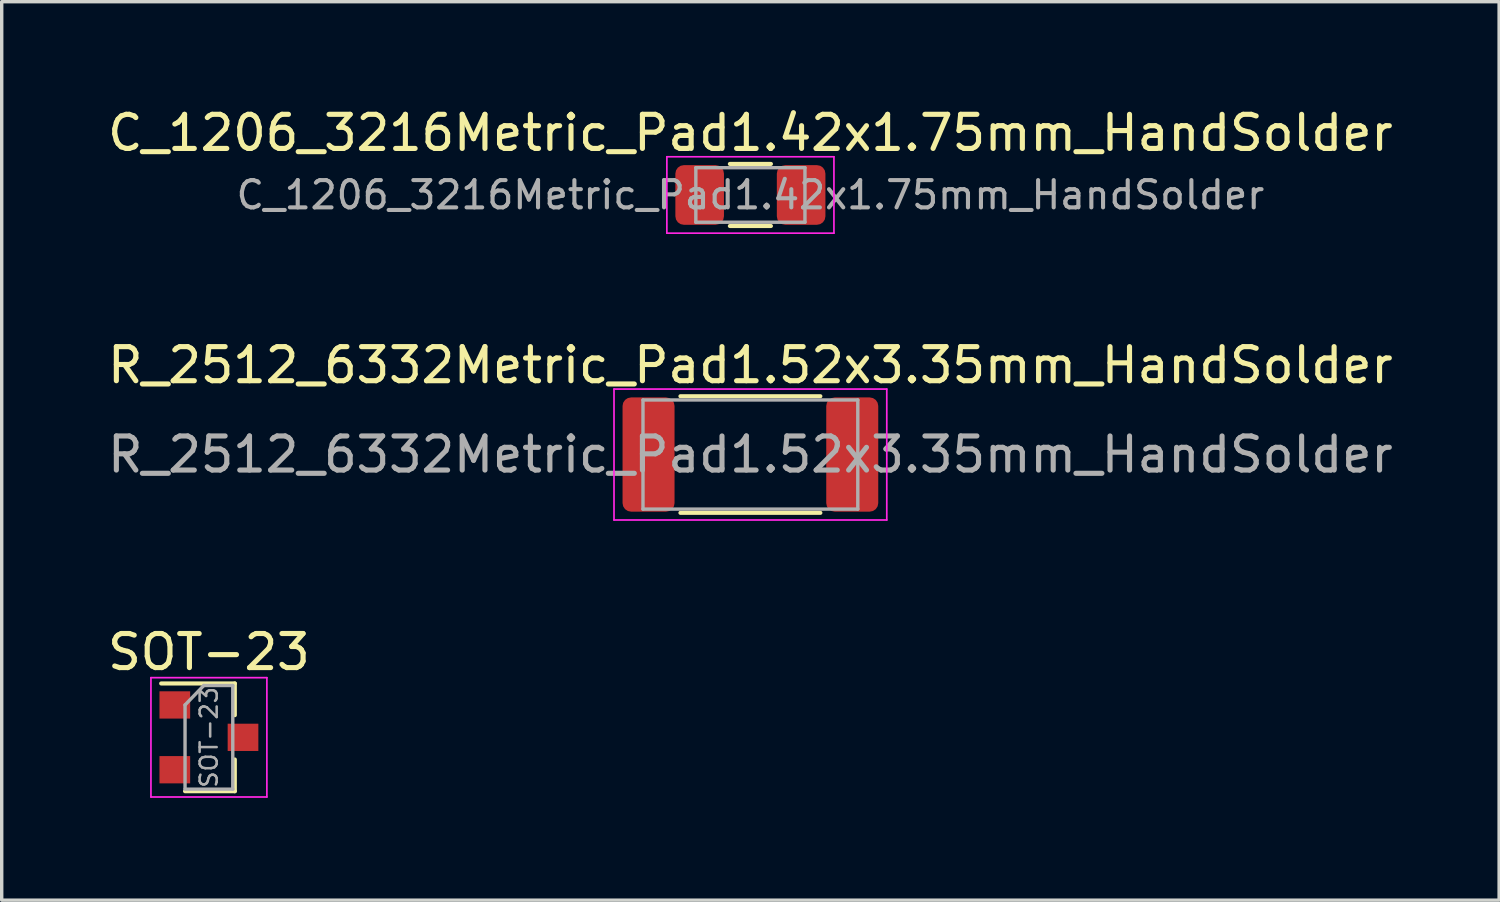
<source format=kicad_pcb>
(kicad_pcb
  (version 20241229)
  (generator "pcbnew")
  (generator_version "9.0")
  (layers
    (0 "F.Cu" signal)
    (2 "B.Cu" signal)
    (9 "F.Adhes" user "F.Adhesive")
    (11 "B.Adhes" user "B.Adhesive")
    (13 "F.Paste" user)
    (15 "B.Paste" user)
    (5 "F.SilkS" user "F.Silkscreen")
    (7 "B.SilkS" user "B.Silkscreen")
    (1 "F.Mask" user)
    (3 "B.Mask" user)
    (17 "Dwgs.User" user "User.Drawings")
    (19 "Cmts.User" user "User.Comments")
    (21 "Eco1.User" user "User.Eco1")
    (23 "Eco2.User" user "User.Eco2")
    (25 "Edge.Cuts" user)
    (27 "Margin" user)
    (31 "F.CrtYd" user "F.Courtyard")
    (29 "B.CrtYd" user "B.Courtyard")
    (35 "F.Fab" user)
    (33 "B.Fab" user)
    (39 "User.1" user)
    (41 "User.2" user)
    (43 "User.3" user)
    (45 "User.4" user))
  (footprint "R_2512_6332Metric_Pad1.52x3.35mm_HandSolder"
    (layer "F.Cu")
    (at 18.958 10.281)
    (property "Reference" "R_2512_6332Metric_Pad1.52x3.35mm_HandSolder" (at 0 -2.62 0) (layer "F.SilkS") (effects (font (size 1 1) (thickness 0.15))))
    (attr smd)
    (fp_line (start -2.052 -1.71) (end 2.052 -1.71) (stroke (width 0.12) (type solid)) (layer "F.SilkS"))
    (fp_line (start -2.052 1.71) (end 2.052 1.71) (stroke (width 0.12) (type solid)) (layer "F.SilkS"))
    (fp_line (start -4 -1.92) (end 4 -1.92) (stroke (width 0.05) (type solid)) (layer "F.CrtYd"))
    (fp_line (start -4 1.92) (end -4 -1.92) (stroke (width 0.05) (type solid)) (layer "F.CrtYd"))
    (fp_line (start 4 -1.92) (end 4 1.92) (stroke (width 0.05) (type solid)) (layer "F.CrtYd"))
    (fp_line (start 4 1.92) (end -4 1.92) (stroke (width 0.05) (type solid)) (layer "F.CrtYd"))
    (fp_line (start -3.15 -1.6) (end 3.15 -1.6) (stroke (width 0.1) (type solid)) (layer "F.Fab"))
    (fp_line (start -3.15 1.6) (end -3.15 -1.6) (stroke (width 0.1) (type solid)) (layer "F.Fab"))
    (fp_line (start 3.15 -1.6) (end 3.15 1.6) (stroke (width 0.1) (type solid)) (layer "F.Fab"))
    (fp_line (start 3.15 1.6) (end -3.15 1.6) (stroke (width 0.1) (type solid)) (layer "F.Fab"))
    (fp_text user "${REFERENCE}" (at 0 0 0) (layer "F.Fab") (effects (font (size 1 1) (thickness 0.15))))
    (pad "1" smd roundrect (at -2.987 0) (size 1.525 3.35) (layers "F.Cu" "F.Mask" "F.Paste") (roundrect_rratio 0.164))
    (pad "2" smd roundrect (at 2.987 0) (size 1.525 3.35) (layers "F.Cu" "F.Mask" "F.Paste") (roundrect_rratio 0.164)))
  (footprint "C_1206_3216Metric_Pad1.42x1.75mm_HandSolder"
    (layer "F.Cu")
    (at 18.958 2.668)
    (property "Reference" "C_1206_3216Metric_Pad1.42x1.75mm_HandSolder" (at 0 -1.82 0) (layer "F.SilkS") (effects (font (size 1 1) (thickness 0.15))))
    (attr smd)
    (fp_line (start -0.602 -0.91) (end 0.602 -0.91) (stroke (width 0.12) (type solid)) (layer "F.SilkS"))
    (fp_line (start -0.602 0.91) (end 0.602 0.91) (stroke (width 0.12) (type solid)) (layer "F.SilkS"))
    (fp_line (start -2.45 -1.12) (end 2.45 -1.12) (stroke (width 0.05) (type solid)) (layer "F.CrtYd"))
    (fp_line (start -2.45 1.12) (end -2.45 -1.12) (stroke (width 0.05) (type solid)) (layer "F.CrtYd"))
    (fp_line (start 2.45 -1.12) (end 2.45 1.12) (stroke (width 0.05) (type solid)) (layer "F.CrtYd"))
    (fp_line (start 2.45 1.12) (end -2.45 1.12) (stroke (width 0.05) (type solid)) (layer "F.CrtYd"))
    (fp_line (start -1.6 -0.8) (end 1.6 -0.8) (stroke (width 0.1) (type solid)) (layer "F.Fab"))
    (fp_line (start -1.6 0.8) (end -1.6 -0.8) (stroke (width 0.1) (type solid)) (layer "F.Fab"))
    (fp_line (start 1.6 -0.8) (end 1.6 0.8) (stroke (width 0.1) (type solid)) (layer "F.Fab"))
    (fp_line (start 1.6 0.8) (end -1.6 0.8) (stroke (width 0.1) (type solid)) (layer "F.Fab"))
    (fp_text user "${REFERENCE}" (at 0 0 0) (layer "F.Fab") (effects (font (size 0.8 0.8) (thickness 0.12))))
    (pad "1" smd roundrect (at -1.488 0) (size 1.425 1.75) (layers "F.Cu" "F.Mask" "F.Paste") (roundrect_rratio 0.175))
    (pad "2" smd roundrect (at 1.488 0) (size 1.425 1.75) (layers "F.Cu" "F.Mask" "F.Paste") (roundrect_rratio 0.175)))
  (footprint "SOT-23"
    (layer "F.Cu")
    (at 3.077 18.575)
    (property "Reference" "SOT-23" (at 0 -2.5 180) (layer "F.SilkS") (effects (font (size 1 1) (thickness 0.15))))
    (attr smd)
    (fp_line (start 0.76 -1.58) (end -1.4 -1.58) (stroke (width 0.12) (type solid)) (layer "F.SilkS"))
    (fp_line (start 0.76 -1.58) (end 0.76 -0.65) (stroke (width 0.12) (type solid)) (layer "F.SilkS"))
    (fp_line (start 0.76 1.58) (end -0.7 1.58) (stroke (width 0.12) (type solid)) (layer "F.SilkS"))
    (fp_line (start 0.76 1.58) (end 0.76 0.65) (stroke (width 0.12) (type solid)) (layer "F.SilkS"))
    (fp_line (start -1.7 -1.75) (end 1.7 -1.75) (stroke (width 0.05) (type solid)) (layer "F.CrtYd"))
    (fp_line (start -1.7 1.75) (end -1.7 -1.75) (stroke (width 0.05) (type solid)) (layer "F.CrtYd"))
    (fp_line (start 1.7 -1.75) (end 1.7 1.75) (stroke (width 0.05) (type solid)) (layer "F.CrtYd"))
    (fp_line (start 1.7 1.75) (end -1.7 1.75) (stroke (width 0.05) (type solid)) (layer "F.CrtYd"))
    (fp_line (start -0.7 -0.95) (end -0.7 1.5) (stroke (width 0.1) (type solid)) (layer "F.Fab"))
    (fp_line (start -0.7 -0.95) (end -0.15 -1.52) (stroke (width 0.1) (type solid)) (layer "F.Fab"))
    (fp_line (start -0.7 1.52) (end 0.7 1.52) (stroke (width 0.1) (type solid)) (layer "F.Fab"))
    (fp_line (start -0.15 -1.52) (end 0.7 -1.52) (stroke (width 0.1) (type solid)) (layer "F.Fab"))
    (fp_line (start 0.7 -1.52) (end 0.7 1.52) (stroke (width 0.1) (type solid)) (layer "F.Fab"))
    (fp_text user "${REFERENCE}" (at 0 0 270) (layer "F.Fab") (effects (font (size 0.5 0.5) (thickness 0.075))))
    (pad "1" smd rect (at -1 -0.95) (size 0.9 0.8) (layers "F.Cu" "F.Mask" "F.Paste"))
    (pad "2" smd rect (at -1 0.95) (size 0.9 0.8) (layers "F.Cu" "F.Mask" "F.Paste"))
    (pad "3" smd rect (at 1 0) (size 0.9 0.8) (layers "F.Cu" "F.Mask" "F.Paste")))
  (gr_rect
    (start -3 -3)
    (end 40.917 23.35)
    (stroke (width 0.1) (type default))
    (fill no)
    (layer "Edge.Cuts")))
</source>
